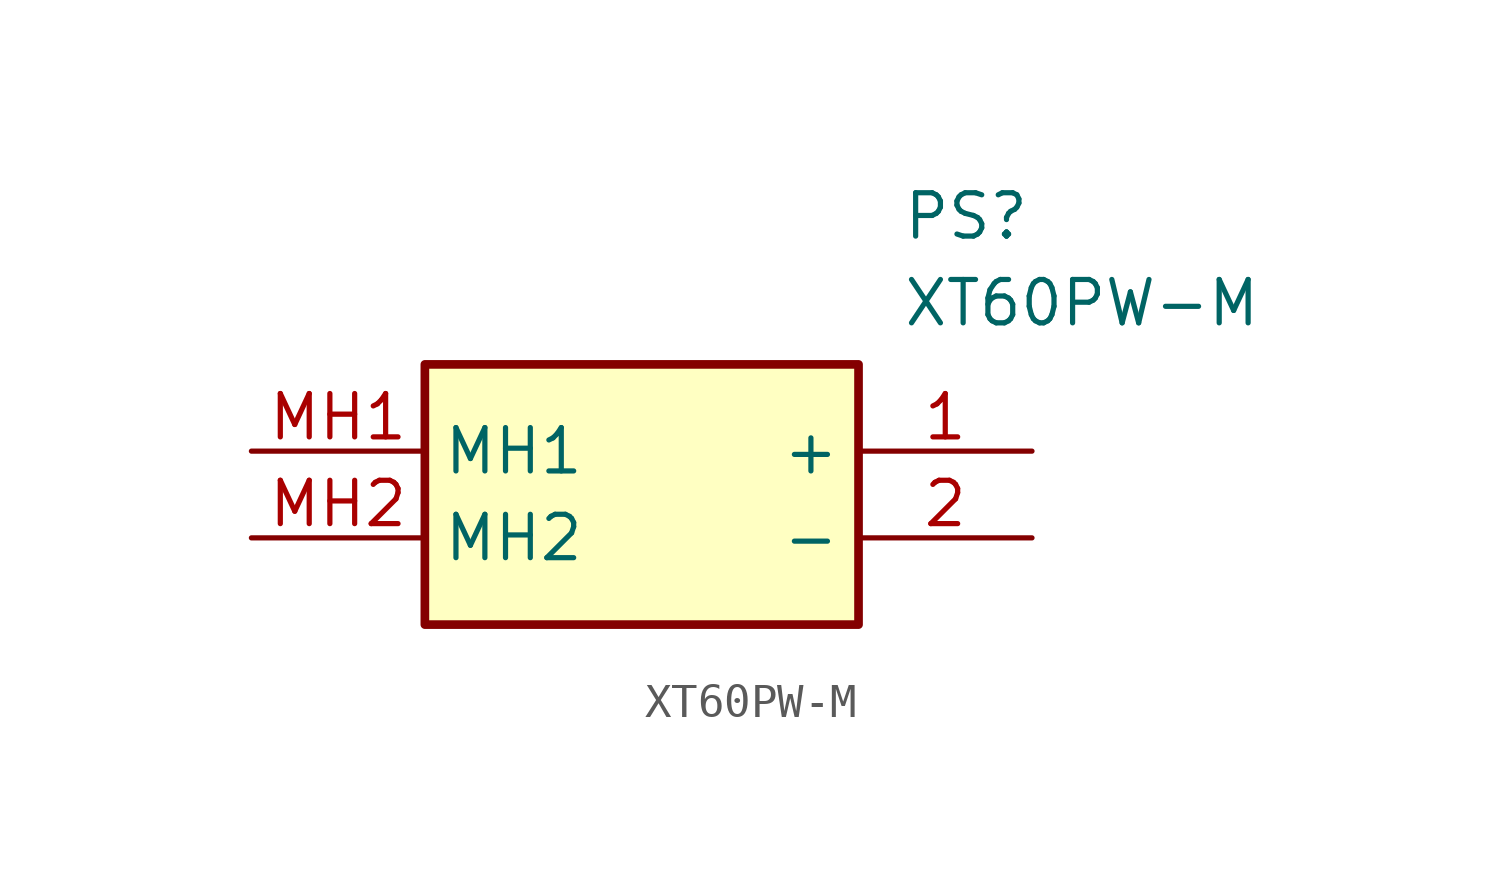
<source format=kicad_sym>
(kicad_symbol_lib
  (version 20211014)
  (generator SamacSys_ECAD_Model)
  (symbol "XT60PW-M"
    (property "Reference" "PS"
      (at 19.05 7.62 0)
      (effects (font (size 1.27 1.27)) (justify left top)))
    (property "Value" "XT60PW-M"
      (at 19.05 5.08 0)
      (effects (font (size 1.27 1.27)) (justify left top)))
    (rectangle
      (start 5.08 2.54)
      (end 17.78 -5.08)
      (stroke (width 0.254) (type default))
      (fill (type background)))
    (pin passive line
      (at 22.86 0 180)
      (length 5.08)
      (name "+" (effects (font (size 1.27 1.27))))
      (number "1" (effects (font (size 1.27 1.27)))))
    (pin passive line
      (at 22.86 -2.54 180)
      (length 5.08)
      (name "-" (effects (font (size 1.27 1.27))))
      (number "2" (effects (font (size 1.27 1.27)))))
    (pin passive line
      (at 0 0 0)
      (length 5.08)
      (name "MH1" (effects (font (size 1.27 1.27))))
      (number "MH1" (effects (font (size 1.27 1.27)))))
    (pin passive line
      (at 0 -2.54 0)
      (length 5.08)
      (name "MH2" (effects (font (size 1.27 1.27))))
      (number "MH2" (effects (font (size 1.27 1.27)))))))
</source>
